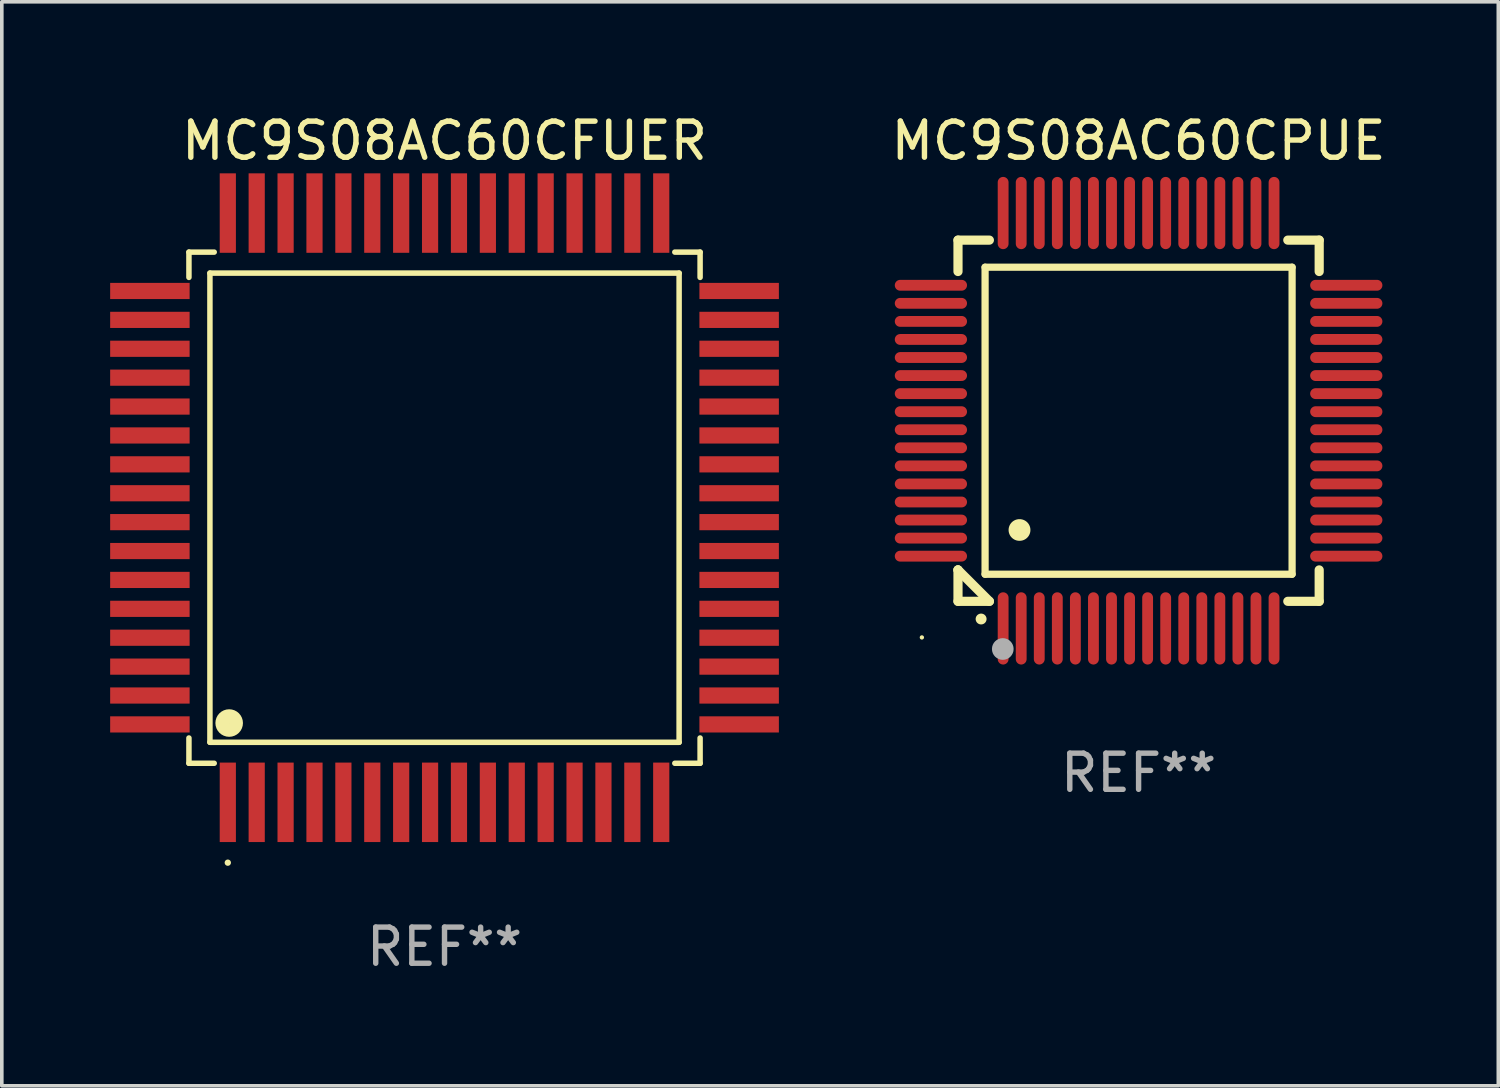
<source format=kicad_pcb>
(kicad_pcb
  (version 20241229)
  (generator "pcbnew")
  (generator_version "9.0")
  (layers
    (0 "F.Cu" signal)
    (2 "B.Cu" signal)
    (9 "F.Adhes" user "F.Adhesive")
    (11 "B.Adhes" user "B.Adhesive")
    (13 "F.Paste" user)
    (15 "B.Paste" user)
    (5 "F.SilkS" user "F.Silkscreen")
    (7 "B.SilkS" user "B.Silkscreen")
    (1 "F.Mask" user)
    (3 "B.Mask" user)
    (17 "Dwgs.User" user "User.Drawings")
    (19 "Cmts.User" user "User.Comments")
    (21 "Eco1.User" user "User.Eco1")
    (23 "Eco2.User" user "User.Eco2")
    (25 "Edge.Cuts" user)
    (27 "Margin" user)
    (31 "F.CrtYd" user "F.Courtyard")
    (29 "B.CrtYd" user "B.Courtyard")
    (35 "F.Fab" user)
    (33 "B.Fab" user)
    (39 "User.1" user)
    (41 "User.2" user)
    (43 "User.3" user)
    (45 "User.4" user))
  (footprint "MC9S08AC60CFUER"
    (layer "F.Cu")
    (at 9.257 11.006)
    (property "Reference" "MC9S08AC60CFUER" (at 0 -10.157 0) (layer "F.SilkS") (effects (font (size 1 1) (thickness 0.15))))
    (attr through_hole)
    (fp_line (start -7.076 -7.076) (end -7.076 -6.376) (stroke (width 0.152) (type solid)) (layer "F.SilkS"))
    (fp_line (start -7.076 7.076) (end -7.076 6.376) (stroke (width 0.152) (type solid)) (layer "F.SilkS"))
    (fp_line (start -6.495 -6.495) (end 6.495 -6.495) (stroke (width 0.152) (type solid)) (layer "F.SilkS"))
    (fp_line (start -6.495 6.495) (end -6.495 -6.495) (stroke (width 0.152) (type solid)) (layer "F.SilkS"))
    (fp_line (start -6.376 -7.076) (end -7.076 -7.076) (stroke (width 0.152) (type solid)) (layer "F.SilkS"))
    (fp_line (start -6.376 7.076) (end -7.076 7.076) (stroke (width 0.152) (type solid)) (layer "F.SilkS"))
    (fp_line (start 6.376 -7.076) (end 7.076 -7.076) (stroke (width 0.152) (type solid)) (layer "F.SilkS"))
    (fp_line (start 6.376 7.076) (end 7.076 7.076) (stroke (width 0.152) (type solid)) (layer "F.SilkS"))
    (fp_line (start 6.495 -6.495) (end 6.495 6.495) (stroke (width 0.152) (type solid)) (layer "F.SilkS"))
    (fp_line (start 6.495 6.495) (end -6.495 6.495) (stroke (width 0.152) (type solid)) (layer "F.SilkS"))
    (fp_line (start 7.076 -7.076) (end 7.076 -6.376) (stroke (width 0.152) (type solid)) (layer "F.SilkS"))
    (fp_line (start 7.076 7.076) (end 7.076 6.376) (stroke (width 0.152) (type solid)) (layer "F.SilkS"))
    (fp_circle (center -6 9.828) (end -5.956 9.828) (stroke (width 0.088) (type solid)) (fill no) (layer "F.SilkS"))
    (fp_circle (center -5.962 5.962) (end -5.771 5.962) (stroke (width 0.381) (type solid)) (fill no) (layer "F.SilkS"))
    (fp_text user "REF**" (at 0 12.157 0) (layer "F.Fab") (effects (font (size 1 1) (thickness 0.15))))
    (pad "1" smd rect (at -6 8.157 90) (size 2.2 0.448) (layers "F.Cu" "F.Mask" "F.Paste"))
    (pad "2" smd rect (at -5.2 8.157 90) (size 2.2 0.448) (layers "F.Cu" "F.Mask" "F.Paste"))
    (pad "3" smd rect (at -4.4 8.157 90) (size 2.2 0.448) (layers "F.Cu" "F.Mask" "F.Paste"))
    (pad "4" smd rect (at -3.6 8.157 90) (size 2.2 0.448) (layers "F.Cu" "F.Mask" "F.Paste"))
    (pad "5" smd rect (at -2.8 8.157 90) (size 2.2 0.448) (layers "F.Cu" "F.Mask" "F.Paste"))
    (pad "6" smd rect (at -2 8.157 90) (size 2.2 0.448) (layers "F.Cu" "F.Mask" "F.Paste"))
    (pad "7" smd rect (at -1.2 8.157 90) (size 2.2 0.448) (layers "F.Cu" "F.Mask" "F.Paste"))
    (pad "8" smd rect (at -0.4 8.157 90) (size 2.2 0.448) (layers "F.Cu" "F.Mask" "F.Paste"))
    (pad "9" smd rect (at 0.4 8.157 90) (size 2.2 0.448) (layers "F.Cu" "F.Mask" "F.Paste"))
    (pad "10" smd rect (at 1.2 8.157 90) (size 2.2 0.448) (layers "F.Cu" "F.Mask" "F.Paste"))
    (pad "11" smd rect (at 2 8.157 90) (size 2.2 0.448) (layers "F.Cu" "F.Mask" "F.Paste"))
    (pad "12" smd rect (at 2.8 8.157 90) (size 2.2 0.448) (layers "F.Cu" "F.Mask" "F.Paste"))
    (pad "13" smd rect (at 3.6 8.157 90) (size 2.2 0.448) (layers "F.Cu" "F.Mask" "F.Paste"))
    (pad "14" smd rect (at 4.4 8.157 90) (size 2.2 0.448) (layers "F.Cu" "F.Mask" "F.Paste"))
    (pad "15" smd rect (at 5.2 8.157 90) (size 2.2 0.448) (layers "F.Cu" "F.Mask" "F.Paste"))
    (pad "16" smd rect (at 6 8.157 90) (size 2.2 0.448) (layers "F.Cu" "F.Mask" "F.Paste"))
    (pad "17" smd rect (at 8.157 6 90) (size 0.448 2.2) (layers "F.Cu" "F.Mask" "F.Paste"))
    (pad "18" smd rect (at 8.157 5.2 90) (size 0.448 2.2) (layers "F.Cu" "F.Mask" "F.Paste"))
    (pad "19" smd rect (at 8.157 4.4 90) (size 0.448 2.2) (layers "F.Cu" "F.Mask" "F.Paste"))
    (pad "20" smd rect (at 8.157 3.6 90) (size 0.448 2.2) (layers "F.Cu" "F.Mask" "F.Paste"))
    (pad "21" smd rect (at 8.157 2.8 90) (size 0.448 2.2) (layers "F.Cu" "F.Mask" "F.Paste"))
    (pad "22" smd rect (at 8.157 2 90) (size 0.448 2.2) (layers "F.Cu" "F.Mask" "F.Paste"))
    (pad "23" smd rect (at 8.157 1.2 90) (size 0.448 2.2) (layers "F.Cu" "F.Mask" "F.Paste"))
    (pad "24" smd rect (at 8.157 0.4 90) (size 0.448 2.2) (layers "F.Cu" "F.Mask" "F.Paste"))
    (pad "25" smd rect (at 8.157 -0.4 90) (size 0.448 2.2) (layers "F.Cu" "F.Mask" "F.Paste"))
    (pad "26" smd rect (at 8.157 -1.2 90) (size 0.448 2.2) (layers "F.Cu" "F.Mask" "F.Paste"))
    (pad "27" smd rect (at 8.157 -2 90) (size 0.448 2.2) (layers "F.Cu" "F.Mask" "F.Paste"))
    (pad "28" smd rect (at 8.157 -2.8 90) (size 0.448 2.2) (layers "F.Cu" "F.Mask" "F.Paste"))
    (pad "29" smd rect (at 8.157 -3.6 90) (size 0.448 2.2) (layers "F.Cu" "F.Mask" "F.Paste"))
    (pad "30" smd rect (at 8.157 -4.4 90) (size 0.448 2.2) (layers "F.Cu" "F.Mask" "F.Paste"))
    (pad "31" smd rect (at 8.157 -5.2 90) (size 0.448 2.2) (layers "F.Cu" "F.Mask" "F.Paste"))
    (pad "32" smd rect (at 8.157 -6 90) (size 0.448 2.2) (layers "F.Cu" "F.Mask" "F.Paste"))
    (pad "33" smd rect (at 6 -8.157 90) (size 2.2 0.448) (layers "F.Cu" "F.Mask" "F.Paste"))
    (pad "34" smd rect (at 5.2 -8.157 90) (size 2.2 0.448) (layers "F.Cu" "F.Mask" "F.Paste"))
    (pad "35" smd rect (at 4.4 -8.157 90) (size 2.2 0.448) (layers "F.Cu" "F.Mask" "F.Paste"))
    (pad "36" smd rect (at 3.6 -8.157 90) (size 2.2 0.448) (layers "F.Cu" "F.Mask" "F.Paste"))
    (pad "37" smd rect (at 2.8 -8.157 90) (size 2.2 0.448) (layers "F.Cu" "F.Mask" "F.Paste"))
    (pad "38" smd rect (at 2 -8.157 90) (size 2.2 0.448) (layers "F.Cu" "F.Mask" "F.Paste"))
    (pad "39" smd rect (at 1.2 -8.157 90) (size 2.2 0.448) (layers "F.Cu" "F.Mask" "F.Paste"))
    (pad "40" smd rect (at 0.4 -8.157 90) (size 2.2 0.448) (layers "F.Cu" "F.Mask" "F.Paste"))
    (pad "41" smd rect (at -0.4 -8.157 90) (size 2.2 0.448) (layers "F.Cu" "F.Mask" "F.Paste"))
    (pad "42" smd rect (at -1.2 -8.157 90) (size 2.2 0.448) (layers "F.Cu" "F.Mask" "F.Paste"))
    (pad "43" smd rect (at -2 -8.157 90) (size 2.2 0.448) (layers "F.Cu" "F.Mask" "F.Paste"))
    (pad "44" smd rect (at -2.8 -8.157 90) (size 2.2 0.448) (layers "F.Cu" "F.Mask" "F.Paste"))
    (pad "45" smd rect (at -3.6 -8.157 90) (size 2.2 0.448) (layers "F.Cu" "F.Mask" "F.Paste"))
    (pad "46" smd rect (at -4.4 -8.157 90) (size 2.2 0.448) (layers "F.Cu" "F.Mask" "F.Paste"))
    (pad "47" smd rect (at -5.2 -8.157 90) (size 2.2 0.448) (layers "F.Cu" "F.Mask" "F.Paste"))
    (pad "48" smd rect (at -6 -8.157 90) (size 2.2 0.448) (layers "F.Cu" "F.Mask" "F.Paste"))
    (pad "49" smd rect (at -8.157 -6 90) (size 0.448 2.2) (layers "F.Cu" "F.Mask" "F.Paste"))
    (pad "50" smd rect (at -8.157 -5.2 90) (size 0.448 2.2) (layers "F.Cu" "F.Mask" "F.Paste"))
    (pad "51" smd rect (at -8.157 -4.4 90) (size 0.448 2.2) (layers "F.Cu" "F.Mask" "F.Paste"))
    (pad "52" smd rect (at -8.157 -3.6 90) (size 0.448 2.2) (layers "F.Cu" "F.Mask" "F.Paste"))
    (pad "53" smd rect (at -8.157 -2.8 90) (size 0.448 2.2) (layers "F.Cu" "F.Mask" "F.Paste"))
    (pad "54" smd rect (at -8.157 -2 90) (size 0.448 2.2) (layers "F.Cu" "F.Mask" "F.Paste"))
    (pad "55" smd rect (at -8.157 -1.2 90) (size 0.448 2.2) (layers "F.Cu" "F.Mask" "F.Paste"))
    (pad "56" smd rect (at -8.157 -0.4 90) (size 0.448 2.2) (layers "F.Cu" "F.Mask" "F.Paste"))
    (pad "57" smd rect (at -8.157 0.4 90) (size 0.448 2.2) (layers "F.Cu" "F.Mask" "F.Paste"))
    (pad "58" smd rect (at -8.157 1.2 90) (size 0.448 2.2) (layers "F.Cu" "F.Mask" "F.Paste"))
    (pad "59" smd rect (at -8.157 2 90) (size 0.448 2.2) (layers "F.Cu" "F.Mask" "F.Paste"))
    (pad "60" smd rect (at -8.157 2.8 90) (size 0.448 2.2) (layers "F.Cu" "F.Mask" "F.Paste"))
    (pad "61" smd rect (at -8.157 3.6 90) (size 0.448 2.2) (layers "F.Cu" "F.Mask" "F.Paste"))
    (pad "62" smd rect (at -8.157 4.4 90) (size 0.448 2.2) (layers "F.Cu" "F.Mask" "F.Paste"))
    (pad "63" smd rect (at -8.157 5.2 90) (size 0.448 2.2) (layers "F.Cu" "F.Mask" "F.Paste"))
    (pad "64" smd rect (at -8.157 6 90) (size 0.448 2.2) (layers "F.Cu" "F.Mask" "F.Paste")))
  (footprint "MC9S08AC60CPUE"
    (layer "F.Cu")
    (at 28.473 8.598)
    (property "Reference" "MC9S08AC60CPUE" (at 0 -7.75 0) (layer "F.SilkS") (effects (font (size 1 1) (thickness 0.15))))
    (attr through_hole)
    (fp_line (start -5 -5) (end -4.131 -5) (stroke (width 0.254) (type solid)) (layer "F.SilkS"))
    (fp_line (start -5 -4.131) (end -5 -5) (stroke (width 0.254) (type solid)) (layer "F.SilkS"))
    (fp_line (start -5 4.131) (end -5 4.131) (stroke (width 0.254) (type solid)) (layer "F.SilkS"))
    (fp_line (start -5 5) (end -5 4.131) (stroke (width 0.254) (type solid)) (layer "F.SilkS"))
    (fp_line (start -5 4.131) (end -4.131 5) (stroke (width 0.254) (type solid)) (layer "F.SilkS"))
    (fp_line (start -4.25 -4.25) (end -4.25 4.25) (stroke (width 0.2) (type solid)) (layer "F.SilkS"))
    (fp_line (start -4.25 4.25) (end 4.25 4.25) (stroke (width 0.2) (type solid)) (layer "F.SilkS"))
    (fp_line (start -4.131 5) (end -5 5) (stroke (width 0.254) (type solid)) (layer "F.SilkS"))
    (fp_line (start 4.25 -4.25) (end -4.25 -4.25) (stroke (width 0.2) (type solid)) (layer "F.SilkS"))
    (fp_line (start 4.25 4.25) (end 4.25 -4.25) (stroke (width 0.2) (type solid)) (layer "F.SilkS"))
    (fp_line (start 5 -5) (end 4.131 -5) (stroke (width 0.254) (type solid)) (layer "F.SilkS"))
    (fp_line (start 5 -5) (end 5 -4.131) (stroke (width 0.254) (type solid)) (layer "F.SilkS"))
    (fp_line (start 5 4.131) (end 5 5) (stroke (width 0.254) (type solid)) (layer "F.SilkS"))
    (fp_line (start 5 5) (end 4.131 5) (stroke (width 0.254) (type solid)) (layer "F.SilkS"))
    (fp_arc (start -4.361265 5.489992) (mid -4.359995 5.489987) (end -4.358725 5.489992) (stroke (width 0.3) (type solid)) (layer "F.SilkS"))
    (fp_arc (start -3.299467 3.025146) (mid -3.296927 3.025135) (end -3.294387 3.025146) (stroke (width 0.6) (type solid)) (layer "F.SilkS"))
    (fp_circle (center -6 6) (end -5.97 6) (stroke (width 0.06) (type solid)) (fill no) (layer "F.SilkS"))
    (fp_circle (center -3.76 6.32) (end -3.61 6.32) (stroke (width 0.3) (type solid)) (fill no) (layer "F.Fab"))
    (fp_text user "REF**" (at 0 9.75 0) (layer "F.Fab") (effects (font (size 1 1) (thickness 0.15))))
    (pad "1" smd oval (at -3.75 5.75) (size 0.3 2) (layers "F.Cu" "F.Mask" "F.Paste"))
    (pad "2" smd oval (at -3.25 5.75) (size 0.3 2) (layers "F.Cu" "F.Mask" "F.Paste"))
    (pad "3" smd oval (at -2.75 5.75) (size 0.3 2) (layers "F.Cu" "F.Mask" "F.Paste"))
    (pad "4" smd oval (at -2.25 5.75) (size 0.3 2) (layers "F.Cu" "F.Mask" "F.Paste"))
    (pad "5" smd oval (at -1.75 5.75) (size 0.3 2) (layers "F.Cu" "F.Mask" "F.Paste"))
    (pad "6" smd oval (at -1.25 5.75) (size 0.3 2) (layers "F.Cu" "F.Mask" "F.Paste"))
    (pad "7" smd oval (at -0.75 5.75) (size 0.3 2) (layers "F.Cu" "F.Mask" "F.Paste"))
    (pad "8" smd oval (at -0.25 5.75) (size 0.3 2) (layers "F.Cu" "F.Mask" "F.Paste"))
    (pad "9" smd oval (at 0.25 5.75) (size 0.3 2) (layers "F.Cu" "F.Mask" "F.Paste"))
    (pad "10" smd oval (at 0.75 5.75) (size 0.3 2) (layers "F.Cu" "F.Mask" "F.Paste"))
    (pad "11" smd oval (at 1.25 5.75) (size 0.3 2) (layers "F.Cu" "F.Mask" "F.Paste"))
    (pad "12" smd oval (at 1.75 5.75) (size 0.3 2) (layers "F.Cu" "F.Mask" "F.Paste"))
    (pad "13" smd oval (at 2.25 5.75) (size 0.3 2) (layers "F.Cu" "F.Mask" "F.Paste"))
    (pad "14" smd oval (at 2.75 5.75) (size 0.3 2) (layers "F.Cu" "F.Mask" "F.Paste"))
    (pad "15" smd oval (at 3.25 5.75) (size 0.3 2) (layers "F.Cu" "F.Mask" "F.Paste"))
    (pad "16" smd oval (at 3.75 5.75) (size 0.3 2) (layers "F.Cu" "F.Mask" "F.Paste"))
    (pad "17" smd oval (at 5.75 3.75) (size 2 0.3) (layers "F.Cu" "F.Mask" "F.Paste"))
    (pad "18" smd oval (at 5.75 3.25) (size 2 0.3) (layers "F.Cu" "F.Mask" "F.Paste"))
    (pad "19" smd oval (at 5.75 2.75) (size 2 0.3) (layers "F.Cu" "F.Mask" "F.Paste"))
    (pad "20" smd oval (at 5.75 2.25) (size 2 0.3) (layers "F.Cu" "F.Mask" "F.Paste"))
    (pad "21" smd oval (at 5.75 1.75) (size 2 0.3) (layers "F.Cu" "F.Mask" "F.Paste"))
    (pad "22" smd oval (at 5.75 1.25) (size 2 0.3) (layers "F.Cu" "F.Mask" "F.Paste"))
    (pad "23" smd oval (at 5.75 0.75) (size 2 0.3) (layers "F.Cu" "F.Mask" "F.Paste"))
    (pad "24" smd oval (at 5.75 0.25) (size 2 0.3) (layers "F.Cu" "F.Mask" "F.Paste"))
    (pad "25" smd oval (at 5.75 -0.25) (size 2 0.3) (layers "F.Cu" "F.Mask" "F.Paste"))
    (pad "26" smd oval (at 5.75 -0.75) (size 2 0.3) (layers "F.Cu" "F.Mask" "F.Paste"))
    (pad "27" smd oval (at 5.75 -1.25) (size 2 0.3) (layers "F.Cu" "F.Mask" "F.Paste"))
    (pad "28" smd oval (at 5.75 -1.75) (size 2 0.3) (layers "F.Cu" "F.Mask" "F.Paste"))
    (pad "29" smd oval (at 5.75 -2.25) (size 2 0.3) (layers "F.Cu" "F.Mask" "F.Paste"))
    (pad "30" smd oval (at 5.75 -2.75) (size 2 0.3) (layers "F.Cu" "F.Mask" "F.Paste"))
    (pad "31" smd oval (at 5.75 -3.25) (size 2 0.3) (layers "F.Cu" "F.Mask" "F.Paste"))
    (pad "32" smd oval (at 5.75 -3.75) (size 2 0.3) (layers "F.Cu" "F.Mask" "F.Paste"))
    (pad "33" smd oval (at 3.75 -5.75) (size 0.3 2) (layers "F.Cu" "F.Mask" "F.Paste"))
    (pad "34" smd oval (at 3.25 -5.75) (size 0.3 2) (layers "F.Cu" "F.Mask" "F.Paste"))
    (pad "35" smd oval (at 2.75 -5.75) (size 0.3 2) (layers "F.Cu" "F.Mask" "F.Paste"))
    (pad "36" smd oval (at 2.25 -5.75) (size 0.3 2) (layers "F.Cu" "F.Mask" "F.Paste"))
    (pad "37" smd oval (at 1.75 -5.75) (size 0.3 2) (layers "F.Cu" "F.Mask" "F.Paste"))
    (pad "38" smd oval (at 1.25 -5.75) (size 0.3 2) (layers "F.Cu" "F.Mask" "F.Paste"))
    (pad "39" smd oval (at 0.75 -5.75) (size 0.3 2) (layers "F.Cu" "F.Mask" "F.Paste"))
    (pad "40" smd oval (at 0.25 -5.75) (size 0.3 2) (layers "F.Cu" "F.Mask" "F.Paste"))
    (pad "41" smd oval (at -0.25 -5.75) (size 0.3 2) (layers "F.Cu" "F.Mask" "F.Paste"))
    (pad "42" smd oval (at -0.75 -5.75) (size 0.3 2) (layers "F.Cu" "F.Mask" "F.Paste"))
    (pad "43" smd oval (at -1.25 -5.75) (size 0.3 2) (layers "F.Cu" "F.Mask" "F.Paste"))
    (pad "44" smd oval (at -1.75 -5.75) (size 0.3 2) (layers "F.Cu" "F.Mask" "F.Paste"))
    (pad "45" smd oval (at -2.25 -5.75) (size 0.3 2) (layers "F.Cu" "F.Mask" "F.Paste"))
    (pad "46" smd oval (at -2.75 -5.75) (size 0.3 2) (layers "F.Cu" "F.Mask" "F.Paste"))
    (pad "47" smd oval (at -3.25 -5.75) (size 0.3 2) (layers "F.Cu" "F.Mask" "F.Paste"))
    (pad "48" smd oval (at -3.75 -5.75) (size 0.3 2) (layers "F.Cu" "F.Mask" "F.Paste"))
    (pad "49" smd oval (at -5.75 -3.75) (size 2 0.3) (layers "F.Cu" "F.Mask" "F.Paste"))
    (pad "50" smd oval (at -5.75 -3.25) (size 2 0.3) (layers "F.Cu" "F.Mask" "F.Paste"))
    (pad "51" smd oval (at -5.75 -2.75) (size 2 0.3) (layers "F.Cu" "F.Mask" "F.Paste"))
    (pad "52" smd oval (at -5.75 -2.25) (size 2 0.3) (layers "F.Cu" "F.Mask" "F.Paste"))
    (pad "53" smd oval (at -5.75 -1.75) (size 2 0.3) (layers "F.Cu" "F.Mask" "F.Paste"))
    (pad "54" smd oval (at -5.75 -1.25) (size 2 0.3) (layers "F.Cu" "F.Mask" "F.Paste"))
    (pad "55" smd oval (at -5.75 -0.75) (size 2 0.3) (layers "F.Cu" "F.Mask" "F.Paste"))
    (pad "56" smd oval (at -5.75 -0.25) (size 2 0.3) (layers "F.Cu" "F.Mask" "F.Paste"))
    (pad "57" smd oval (at -5.75 0.25) (size 2 0.3) (layers "F.Cu" "F.Mask" "F.Paste"))
    (pad "58" smd oval (at -5.75 0.75) (size 2 0.3) (layers "F.Cu" "F.Mask" "F.Paste"))
    (pad "59" smd oval (at -5.75 1.25) (size 2 0.3) (layers "F.Cu" "F.Mask" "F.Paste"))
    (pad "60" smd oval (at -5.75 1.75) (size 2 0.3) (layers "F.Cu" "F.Mask" "F.Paste"))
    (pad "61" smd oval (at -5.75 2.25) (size 2 0.3) (layers "F.Cu" "F.Mask" "F.Paste"))
    (pad "62" smd oval (at -5.75 2.75) (size 2 0.3) (layers "F.Cu" "F.Mask" "F.Paste"))
    (pad "63" smd oval (at -5.75 3.25) (size 2 0.3) (layers "F.Cu" "F.Mask" "F.Paste"))
    (pad "64" smd oval (at -5.75 3.75) (size 2 0.3) (layers "F.Cu" "F.Mask" "F.Paste")))
  (gr_rect
    (start -3 -3)
    (end 38.432 27.011)
    (stroke (width 0.1) (type default))
    (fill no)
    (layer "Edge.Cuts")))
</source>
